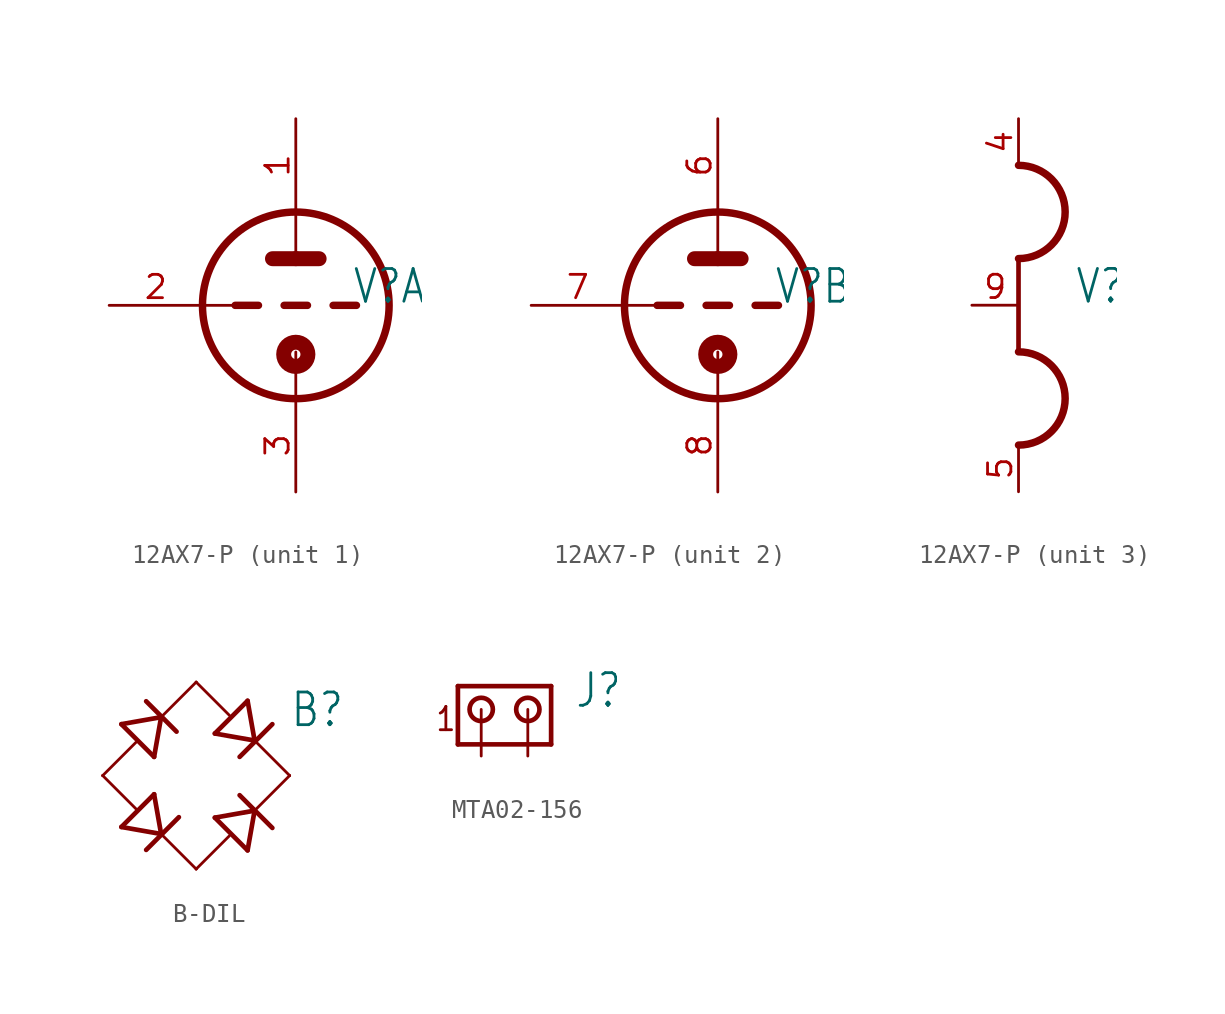
<source format=kicad_sym>
(kicad_symbol_lib
  (version 20231120)
  (generator "kicad_symbol_editor")
  (generator_version "8.0")
  (symbol "12AX7-P"
    (property "Reference" "V"
      (at 3.048 0 0)
      (effects (font (size 1.778 1.511)) (justify left bottom)))
    (property "Value" ""
      (at 3.048 -2.54 0)
      (effects (font (size 1.778 1.511)) (justify left bottom)))
    (property "ki_locked" ""
      (at 0 0 0)
      (effects (font (size 1.27 1.27))))
    (symbol "12AX7-P_1_0"
      (circle (center 0 -2.667) (radius 0.254) (stroke (width 0.813) (type solid)) (fill (type none)))
      (polyline (pts (xy -5.08 0) (xy -3.302 0)) (stroke (width 0.152) (type solid)) (fill (type none)))
      (polyline (pts (xy -3.302 0) (xy -2.032 0)) (stroke (width 0.406) (type solid)) (fill (type none)))
      (polyline (pts (xy -1.27 2.54) (xy 0 2.54)) (stroke (width 0.813) (type solid)) (fill (type none)))
      (polyline (pts (xy -0.635 0) (xy 0.635 0)) (stroke (width 0.406) (type solid)) (fill (type none)))
      (polyline (pts (xy 0 -2.54) (xy 0 -5.08)) (stroke (width 0.152) (type solid)) (fill (type none)))
      (polyline (pts (xy 0 2.54) (xy 1.27 2.54)) (stroke (width 0.813) (type solid)) (fill (type none)))
      (polyline (pts (xy 0 5.08) (xy 0 2.54)) (stroke (width 0.152) (type solid)) (fill (type none)))
      (polyline (pts (xy 2.032 0) (xy 3.302 0)) (stroke (width 0.406) (type solid)) (fill (type none)))
      (circle (center 0 0) (radius 5.08) (stroke (width 0.406) (type solid)) (fill (type none)))
      (pin passive line (at 0 10.16 270) (length 5.08) (name "TA" (effects (font (size 0 0)))) (number "1" (effects (font (size 1.27 1.27)))))
      (pin passive line (at -10.16 0 0) (length 5.08) (name "TG" (effects (font (size 0 0)))) (number "2" (effects (font (size 1.27 1.27)))))
      (pin passive line (at 0 -10.16 90) (length 5.08) (name "TK" (effects (font (size 0 0)))) (number "3" (effects (font (size 1.27 1.27))))))
    (symbol "12AX7-P_2_0"
      (circle (center 0 -2.667) (radius 0.254) (stroke (width 0.813) (type solid)) (fill (type none)))
      (polyline (pts (xy -5.08 0) (xy -3.302 0)) (stroke (width 0.152) (type solid)) (fill (type none)))
      (polyline (pts (xy -3.302 0) (xy -2.032 0)) (stroke (width 0.406) (type solid)) (fill (type none)))
      (polyline (pts (xy -1.27 2.54) (xy 0 2.54)) (stroke (width 0.813) (type solid)) (fill (type none)))
      (polyline (pts (xy -0.635 0) (xy 0.635 0)) (stroke (width 0.406) (type solid)) (fill (type none)))
      (polyline (pts (xy 0 -2.54) (xy 0 -5.08)) (stroke (width 0.152) (type solid)) (fill (type none)))
      (polyline (pts (xy 0 2.54) (xy 1.27 2.54)) (stroke (width 0.813) (type solid)) (fill (type none)))
      (polyline (pts (xy 0 5.08) (xy 0 2.54)) (stroke (width 0.152) (type solid)) (fill (type none)))
      (polyline (pts (xy 2.032 0) (xy 3.302 0)) (stroke (width 0.406) (type solid)) (fill (type none)))
      (circle (center 0 0) (radius 5.08) (stroke (width 0.406) (type solid)) (fill (type none)))
      (pin passive line (at 0 10.16 270) (length 5.08) (name "TA" (effects (font (size 0 0)))) (number "6" (effects (font (size 1.27 1.27)))))
      (pin passive line (at -10.16 0 0) (length 5.08) (name "TG" (effects (font (size 0 0)))) (number "7" (effects (font (size 1.27 1.27)))))
      (pin passive line (at 0 -10.16 90) (length 5.08) (name "TK" (effects (font (size 0 0)))) (number "8" (effects (font (size 1.27 1.27))))))
    (symbol "12AX7-P_3_0"
      (arc (start 0 -7.62) (mid 2.54 -5.08) (end 0 -2.54) (stroke (width 0.4064) (type solid)) (fill (type none)))
      (polyline (pts (xy 0 2.54) (xy 0 -2.54)) (stroke (width 0.254) (type solid)) (fill (type none)))
      (arc (start 0 2.54) (mid 2.54 5.08) (end 0 7.62) (stroke (width 0.4064) (type solid)) (fill (type none)))
      (pin passive line (at 0 10.16 270) (length 2.54) (name "H1" (effects (font (size 0 0)))) (number "4" (effects (font (size 1.27 1.27)))))
      (pin passive line (at 0 -10.16 90) (length 2.54) (name "H3" (effects (font (size 0 0)))) (number "5" (effects (font (size 1.27 1.27)))))
      (pin passive line (at -2.54 0 0) (length 2.54) (name "H2" (effects (font (size 0 0)))) (number "9" (effects (font (size 1.27 1.27)))))))
  (symbol "B-DIL"
    (property "Reference" "B"
      (at 5.08 2.54 0)
      (effects (font (size 1.778 1.511)) (justify left bottom)))
    (property "Value" ""
      (at 5.08 -5.08 0)
      (effects (font (size 1.778 1.511)) (justify left bottom)))
    (property "ki_locked" ""
      (at 0 0 0)
      (effects (font (size 1.27 1.27))))
    (symbol "B-DIL_1_0"
      (polyline (pts (xy -5.08 0) (xy -3.277 1.803)) (stroke (width 0.152) (type solid)) (fill (type none)))
      (polyline (pts (xy -4.064 -2.794) (xy -2.286 -1.016)) (stroke (width 0.254) (type solid)) (fill (type none)))
      (polyline (pts (xy -4.064 2.794) (xy -2.286 1.016)) (stroke (width 0.254) (type solid)) (fill (type none)))
      (polyline (pts (xy -3.277 -1.803) (xy -5.08 0)) (stroke (width 0.152) (type solid)) (fill (type none)))
      (polyline (pts (xy -2.718 -4.039) (xy -0.94 -2.261)) (stroke (width 0.254) (type solid)) (fill (type none)))
      (polyline (pts (xy -2.718 4.039) (xy -1.067 2.388)) (stroke (width 0.254) (type solid)) (fill (type none)))
      (polyline (pts (xy -1.905 -3.175) (xy -4.064 -2.794)) (stroke (width 0.254) (type solid)) (fill (type none)))
      (polyline (pts (xy -1.905 -3.175) (xy -2.286 -1.016)) (stroke (width 0.254) (type solid)) (fill (type none)))
      (polyline (pts (xy -1.905 3.175) (xy -4.064 2.794)) (stroke (width 0.254) (type solid)) (fill (type none)))
      (polyline (pts (xy -1.905 3.175) (xy -2.286 1.016)) (stroke (width 0.254) (type solid)) (fill (type none)))
      (polyline (pts (xy -1.905 3.175) (xy 0 5.08)) (stroke (width 0.152) (type solid)) (fill (type none)))
      (polyline (pts (xy 0 -5.08) (xy -1.905 -3.175)) (stroke (width 0.152) (type solid)) (fill (type none)))
      (polyline (pts (xy 0 -5.08) (xy 1.803 -3.277)) (stroke (width 0.152) (type solid)) (fill (type none)))
      (polyline (pts (xy 0 5.08) (xy 1.803 3.277)) (stroke (width 0.152) (type solid)) (fill (type none)))
      (polyline (pts (xy 1.016 -2.286) (xy 2.794 -4.064)) (stroke (width 0.254) (type solid)) (fill (type none)))
      (polyline (pts (xy 1.016 2.286) (xy 2.794 4.064)) (stroke (width 0.254) (type solid)) (fill (type none)))
      (polyline (pts (xy 2.362 -1.067) (xy 4.14 -2.845)) (stroke (width 0.254) (type solid)) (fill (type none)))
      (polyline (pts (xy 2.362 1.016) (xy 4.14 2.794)) (stroke (width 0.254) (type solid)) (fill (type none)))
      (polyline (pts (xy 3.175 -1.905) (xy 1.016 -2.286)) (stroke (width 0.254) (type solid)) (fill (type none)))
      (polyline (pts (xy 3.175 -1.905) (xy 2.794 -4.064)) (stroke (width 0.254) (type solid)) (fill (type none)))
      (polyline (pts (xy 3.175 1.905) (xy 1.016 2.286)) (stroke (width 0.254) (type solid)) (fill (type none)))
      (polyline (pts (xy 3.175 1.905) (xy 2.794 4.064)) (stroke (width 0.254) (type solid)) (fill (type none)))
      (polyline (pts (xy 3.175 1.905) (xy 5.08 0)) (stroke (width 0.152) (type solid)) (fill (type none)))
      (polyline (pts (xy 5.08 0) (xy 3.175 -1.905)) (stroke (width 0.152) (type solid)) (fill (type none)))
      (pin passive line (at 5.08 0 180) (length 0) (name "+" (effects (font (size 0 0)))) (number "+" (effects (font (size 0 0)))))
      (pin passive line (at -5.08 0 0) (length 0) (name "-" (effects (font (size 0 0)))) (number "-" (effects (font (size 0 0)))))
      (pin passive line (at 0 5.08 270) (length 0) (name "AC1" (effects (font (size 0 0)))) (number "AC1" (effects (font (size 0 0)))))
      (pin passive line (at 0 -5.08 90) (length 0) (name "AC2" (effects (font (size 0 0)))) (number "AC2" (effects (font (size 0 0)))))))
  (symbol "MTA02-156"
    (property "Reference" "J"
      (at 5.08 0 0)
      (effects (font (size 1.778 1.511)) (justify left bottom)))
    (property "Value" ""
      (at 5.08 -3.81 0)
      (effects (font (size 1.778 1.511)) (justify left bottom)))
    (property "ki_locked" ""
      (at 0 0 0)
      (effects (font (size 1.27 1.27))))
    (symbol "MTA02-156_1_0"
      (polyline (pts (xy -1.27 1.27) (xy -1.27 -1.905)) (stroke (width 0.254) (type solid)) (fill (type none)))
      (polyline (pts (xy -1.27 1.27) (xy 3.81 1.27)) (stroke (width 0.254) (type solid)) (fill (type none)))
      (polyline (pts (xy 3.81 -1.905) (xy -1.27 -1.905)) (stroke (width 0.254) (type solid)) (fill (type none)))
      (polyline (pts (xy 3.81 -1.905) (xy 3.81 1.27)) (stroke (width 0.254) (type solid)) (fill (type none)))
      (circle (center 0 0) (radius 0.635) (stroke (width 0.254) (type solid)) (fill (type none)))
      (circle (center 2.54 0) (radius 0.635) (stroke (width 0.254) (type solid)) (fill (type none)))
      (text "1" (at -2.54 -1.27 0) (effects (font (size 1.27 1.079)) (justify left bottom)))
      (pin passive line (at 0 -2.54 90) (length 2.54) (name "1" (effects (font (size 0 0)))) (number "1" (effects (font (size 0 0)))))
      (pin passive line (at 2.54 -2.54 90) (length 2.54) (name "2" (effects (font (size 0 0)))) (number "2" (effects (font (size 0 0))))))))
</source>
